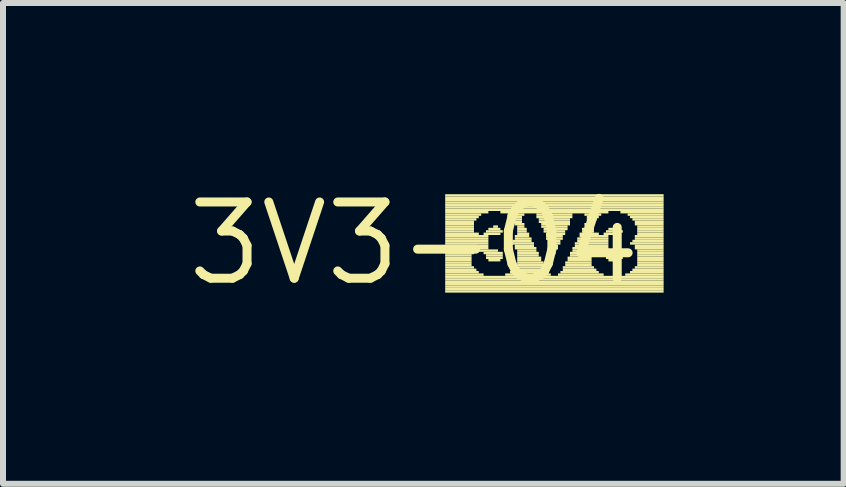
<source format=kicad_pcb>
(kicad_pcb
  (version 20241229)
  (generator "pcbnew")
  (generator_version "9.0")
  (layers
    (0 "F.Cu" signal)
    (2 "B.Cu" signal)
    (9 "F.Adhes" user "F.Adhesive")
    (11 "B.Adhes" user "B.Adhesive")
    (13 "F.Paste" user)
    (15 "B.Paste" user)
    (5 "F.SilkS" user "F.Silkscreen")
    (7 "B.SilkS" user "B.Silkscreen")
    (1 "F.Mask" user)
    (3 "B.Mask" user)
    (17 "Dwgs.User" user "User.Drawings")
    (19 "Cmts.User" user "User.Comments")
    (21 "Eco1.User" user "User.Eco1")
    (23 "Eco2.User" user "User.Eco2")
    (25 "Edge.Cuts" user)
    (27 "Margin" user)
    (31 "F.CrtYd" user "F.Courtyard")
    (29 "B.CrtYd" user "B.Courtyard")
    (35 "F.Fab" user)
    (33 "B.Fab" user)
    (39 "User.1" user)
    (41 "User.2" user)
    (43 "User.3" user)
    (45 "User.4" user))
  (footprint "3V3-04"
    (layer "F.Cu")
    (at 3.848 1.006)
    (property "Reference" "3V3-04" (at 0 0 0) (layer "F.SilkS") (effects (font (size 1.27 1.27) (thickness 0.15))))
    (fp_poly (pts (xy 0.52 -0.78) (xy 4.16 -0.78) (xy 4.16 -0.82) (xy 0.52 -0.82)) (stroke (width 0) (type default)) (fill yes) (layer "F.SilkS"))
    (fp_poly (pts (xy 0.52 -0.74) (xy 4.16 -0.74) (xy 4.16 -0.78) (xy 0.52 -0.78)) (stroke (width 0) (type default)) (fill yes) (layer "F.SilkS"))
    (fp_poly (pts (xy 0.52 -0.7) (xy 4.16 -0.7) (xy 4.16 -0.74) (xy 0.52 -0.74)) (stroke (width 0) (type default)) (fill yes) (layer "F.SilkS"))
    (fp_poly (pts (xy 0.52 -0.66) (xy 4.16 -0.66) (xy 4.16 -0.7) (xy 0.52 -0.7)) (stroke (width 0) (type default)) (fill yes) (layer "F.SilkS"))
    (fp_poly (pts (xy 0.52 -0.62) (xy 4.16 -0.62) (xy 4.16 -0.66) (xy 0.52 -0.66)) (stroke (width 0) (type default)) (fill yes) (layer "F.SilkS"))
    (fp_poly (pts (xy 0.52 -0.58) (xy 4.16 -0.58) (xy 4.16 -0.62) (xy 0.52 -0.62)) (stroke (width 0) (type default)) (fill yes) (layer "F.SilkS"))
    (fp_poly (pts (xy 0.52 -0.54) (xy 4.16 -0.54) (xy 4.16 -0.58) (xy 0.52 -0.58)) (stroke (width 0) (type default)) (fill yes) (layer "F.SilkS"))
    (fp_poly (pts (xy 0.52 -0.5) (xy 1.24 -0.5) (xy 1.24 -0.54) (xy 0.52 -0.54)) (stroke (width 0) (type default)) (fill yes) (layer "F.SilkS"))
    (fp_poly (pts (xy 0.52 -0.46) (xy 1.12 -0.46) (xy 1.12 -0.5) (xy 0.52 -0.5)) (stroke (width 0) (type default)) (fill yes) (layer "F.SilkS"))
    (fp_poly (pts (xy 0.52 -0.42) (xy 1.08 -0.42) (xy 1.08 -0.46) (xy 0.52 -0.46)) (stroke (width 0) (type default)) (fill yes) (layer "F.SilkS"))
    (fp_poly (pts (xy 0.52 -0.38) (xy 1.04 -0.38) (xy 1.04 -0.42) (xy 0.52 -0.42)) (stroke (width 0) (type default)) (fill yes) (layer "F.SilkS"))
    (fp_poly (pts (xy 0.52 -0.34) (xy 1 -0.34) (xy 1 -0.38) (xy 0.52 -0.38)) (stroke (width 0) (type default)) (fill yes) (layer "F.SilkS"))
    (fp_poly (pts (xy 0.52 -0.3) (xy 1 -0.3) (xy 1 -0.34) (xy 0.52 -0.34)) (stroke (width 0) (type default)) (fill yes) (layer "F.SilkS"))
    (fp_poly (pts (xy 0.52 -0.26) (xy 1 -0.26) (xy 1 -0.3) (xy 0.52 -0.3)) (stroke (width 0) (type default)) (fill yes) (layer "F.SilkS"))
    (fp_poly (pts (xy 0.52 -0.22) (xy 1 -0.22) (xy 1 -0.26) (xy 0.52 -0.26)) (stroke (width 0) (type default)) (fill yes) (layer "F.SilkS"))
    (fp_poly (pts (xy 0.52 -0.18) (xy 1 -0.18) (xy 1 -0.22) (xy 0.52 -0.22)) (stroke (width 0) (type default)) (fill yes) (layer "F.SilkS"))
    (fp_poly (pts (xy 0.52 -0.14) (xy 1.08 -0.14) (xy 1.08 -0.18) (xy 0.52 -0.18)) (stroke (width 0) (type default)) (fill yes) (layer "F.SilkS"))
    (fp_poly (pts (xy 0.52 -0.1) (xy 1.24 -0.1) (xy 1.24 -0.14) (xy 0.52 -0.14)) (stroke (width 0) (type default)) (fill yes) (layer "F.SilkS"))
    (fp_poly (pts (xy 0.52 -0.06) (xy 1.24 -0.06) (xy 1.24 -0.1) (xy 0.52 -0.1)) (stroke (width 0) (type default)) (fill yes) (layer "F.SilkS"))
    (fp_poly (pts (xy 0.52 -0.02) (xy 1.24 -0.02) (xy 1.24 -0.06) (xy 0.52 -0.06)) (stroke (width 0) (type default)) (fill yes) (layer "F.SilkS"))
    (fp_poly (pts (xy 0.52 0.02) (xy 1.24 0.02) (xy 1.24 -0.02) (xy 0.52 -0.02)) (stroke (width 0) (type default)) (fill yes) (layer "F.SilkS"))
    (fp_poly (pts (xy 0.52 0.06) (xy 1.24 0.06) (xy 1.24 0.02) (xy 0.52 0.02)) (stroke (width 0) (type default)) (fill yes) (layer "F.SilkS"))
    (fp_poly (pts (xy 0.52 0.1) (xy 1.24 0.1) (xy 1.24 0.06) (xy 0.52 0.06)) (stroke (width 0) (type default)) (fill yes) (layer "F.SilkS"))
    (fp_poly (pts (xy 0.52 0.14) (xy 1.4 0.14) (xy 1.4 0.1) (xy 0.52 0.1)) (stroke (width 0) (type default)) (fill yes) (layer "F.SilkS"))
    (fp_poly (pts (xy 0.52 0.18) (xy 1 0.18) (xy 1 0.14) (xy 0.52 0.14)) (stroke (width 0) (type default)) (fill yes) (layer "F.SilkS"))
    (fp_poly (pts (xy 0.52 0.22) (xy 0.96 0.22) (xy 0.96 0.18) (xy 0.52 0.18)) (stroke (width 0) (type default)) (fill yes) (layer "F.SilkS"))
    (fp_poly (pts (xy 0.52 0.26) (xy 0.96 0.26) (xy 0.96 0.22) (xy 0.52 0.22)) (stroke (width 0) (type default)) (fill yes) (layer "F.SilkS"))
    (fp_poly (pts (xy 0.52 0.3) (xy 0.96 0.3) (xy 0.96 0.26) (xy 0.52 0.26)) (stroke (width 0) (type default)) (fill yes) (layer "F.SilkS"))
    (fp_poly (pts (xy 0.52 0.34) (xy 0.96 0.34) (xy 0.96 0.3) (xy 0.52 0.3)) (stroke (width 0) (type default)) (fill yes) (layer "F.SilkS"))
    (fp_poly (pts (xy 0.52 0.38) (xy 0.96 0.38) (xy 0.96 0.34) (xy 0.52 0.34)) (stroke (width 0) (type default)) (fill yes) (layer "F.SilkS"))
    (fp_poly (pts (xy 0.52 0.42) (xy 1 0.42) (xy 1 0.38) (xy 0.52 0.38)) (stroke (width 0) (type default)) (fill yes) (layer "F.SilkS"))
    (fp_poly (pts (xy 0.52 0.46) (xy 1.04 0.46) (xy 1.04 0.42) (xy 0.52 0.42)) (stroke (width 0) (type default)) (fill yes) (layer "F.SilkS"))
    (fp_poly (pts (xy 0.52 0.5) (xy 1.08 0.5) (xy 1.08 0.46) (xy 0.52 0.46)) (stroke (width 0) (type default)) (fill yes) (layer "F.SilkS"))
    (fp_poly (pts (xy 0.52 0.54) (xy 1.16 0.54) (xy 1.16 0.5) (xy 0.52 0.5)) (stroke (width 0) (type default)) (fill yes) (layer "F.SilkS"))
    (fp_poly (pts (xy 0.52 0.58) (xy 4.16 0.58) (xy 4.16 0.54) (xy 0.52 0.54)) (stroke (width 0) (type default)) (fill yes) (layer "F.SilkS"))
    (fp_poly (pts (xy 0.52 0.62) (xy 4.16 0.62) (xy 4.16 0.58) (xy 0.52 0.58)) (stroke (width 0) (type default)) (fill yes) (layer "F.SilkS"))
    (fp_poly (pts (xy 0.52 0.66) (xy 4.16 0.66) (xy 4.16 0.62) (xy 0.52 0.62)) (stroke (width 0) (type default)) (fill yes) (layer "F.SilkS"))
    (fp_poly (pts (xy 0.52 0.7) (xy 4.16 0.7) (xy 4.16 0.66) (xy 0.52 0.66)) (stroke (width 0) (type default)) (fill yes) (layer "F.SilkS"))
    (fp_poly (pts (xy 0.52 0.74) (xy 4.16 0.74) (xy 4.16 0.7) (xy 0.52 0.7)) (stroke (width 0) (type default)) (fill yes) (layer "F.SilkS"))
    (fp_poly (pts (xy 0.52 0.78) (xy 4.16 0.78) (xy 4.16 0.74) (xy 0.52 0.74)) (stroke (width 0) (type default)) (fill yes) (layer "F.SilkS"))
    (fp_poly (pts (xy 0.52 0.82) (xy 4.16 0.82) (xy 4.16 0.78) (xy 0.52 0.78)) (stroke (width 0) (type default)) (fill yes) (layer "F.SilkS"))
    (fp_poly (pts (xy 1.16 -0.14) (xy 1.44 -0.14) (xy 1.44 -0.18) (xy 1.16 -0.18)) (stroke (width 0) (type default)) (fill yes) (layer "F.SilkS"))
    (fp_poly (pts (xy 1.16 0.18) (xy 1.48 0.18) (xy 1.48 0.14) (xy 1.16 0.14)) (stroke (width 0) (type default)) (fill yes) (layer "F.SilkS"))
    (fp_poly (pts (xy 1.2 -0.18) (xy 1.48 -0.18) (xy 1.48 -0.22) (xy 1.2 -0.22)) (stroke (width 0) (type default)) (fill yes) (layer "F.SilkS"))
    (fp_poly (pts (xy 1.2 0.22) (xy 1.48 0.22) (xy 1.48 0.18) (xy 1.2 0.18)) (stroke (width 0) (type default)) (fill yes) (layer "F.SilkS"))
    (fp_poly (pts (xy 1.2 0.26) (xy 1.48 0.26) (xy 1.48 0.22) (xy 1.2 0.22)) (stroke (width 0) (type default)) (fill yes) (layer "F.SilkS"))
    (fp_poly (pts (xy 1.24 -0.22) (xy 1.44 -0.22) (xy 1.44 -0.26) (xy 1.24 -0.26)) (stroke (width 0) (type default)) (fill yes) (layer "F.SilkS"))
    (fp_poly (pts (xy 1.24 0.3) (xy 1.44 0.3) (xy 1.44 0.26) (xy 1.24 0.26)) (stroke (width 0) (type default)) (fill yes) (layer "F.SilkS"))
    (fp_poly (pts (xy 1.32 -0.26) (xy 1.4 -0.26) (xy 1.4 -0.3) (xy 1.32 -0.3)) (stroke (width 0) (type default)) (fill yes) (layer "F.SilkS"))
    (fp_poly (pts (xy 1.44 -0.5) (xy 3.24 -0.5) (xy 3.24 -0.54) (xy 1.44 -0.54)) (stroke (width 0) (type default)) (fill yes) (layer "F.SilkS"))
    (fp_poly (pts (xy 1.52 0.54) (xy 2.28 0.54) (xy 2.28 0.5) (xy 1.52 0.5)) (stroke (width 0) (type default)) (fill yes) (layer "F.SilkS"))
    (fp_poly (pts (xy 1.56 -0.46) (xy 1.84 -0.46) (xy 1.84 -0.5) (xy 1.56 -0.5)) (stroke (width 0) (type default)) (fill yes) (layer "F.SilkS"))
    (fp_poly (pts (xy 1.6 -0.42) (xy 1.8 -0.42) (xy 1.8 -0.46) (xy 1.6 -0.46)) (stroke (width 0) (type default)) (fill yes) (layer "F.SilkS"))
    (fp_poly (pts (xy 1.6 0.02) (xy 2 0.02) (xy 2 -0.02) (xy 1.6 -0.02)) (stroke (width 0) (type default)) (fill yes) (layer "F.SilkS"))
    (fp_poly (pts (xy 1.6 0.5) (xy 2.24 0.5) (xy 2.24 0.46) (xy 1.6 0.46)) (stroke (width 0) (type default)) (fill yes) (layer "F.SilkS"))
    (fp_poly (pts (xy 1.64 -0.38) (xy 1.8 -0.38) (xy 1.8 -0.42) (xy 1.64 -0.42)) (stroke (width 0) (type default)) (fill yes) (layer "F.SilkS"))
    (fp_poly (pts (xy 1.64 -0.02) (xy 1.96 -0.02) (xy 1.96 -0.06) (xy 1.64 -0.06)) (stroke (width 0) (type default)) (fill yes) (layer "F.SilkS"))
    (fp_poly (pts (xy 1.64 0.46) (xy 2.2 0.46) (xy 2.2 0.42) (xy 1.64 0.42)) (stroke (width 0) (type default)) (fill yes) (layer "F.SilkS"))
    (fp_poly (pts (xy 1.68 -0.34) (xy 1.8 -0.34) (xy 1.8 -0.38) (xy 1.68 -0.38)) (stroke (width 0) (type default)) (fill yes) (layer "F.SilkS"))
    (fp_poly (pts (xy 1.68 -0.3) (xy 1.84 -0.3) (xy 1.84 -0.34) (xy 1.68 -0.34)) (stroke (width 0) (type default)) (fill yes) (layer "F.SilkS"))
    (fp_poly (pts (xy 1.68 -0.1) (xy 1.92 -0.1) (xy 1.92 -0.14) (xy 1.68 -0.14)) (stroke (width 0) (type default)) (fill yes) (layer "F.SilkS"))
    (fp_poly (pts (xy 1.68 -0.06) (xy 1.96 -0.06) (xy 1.96 -0.1) (xy 1.68 -0.1)) (stroke (width 0) (type default)) (fill yes) (layer "F.SilkS"))
    (fp_poly (pts (xy 1.68 0.06) (xy 2 0.06) (xy 2 0.02) (xy 1.68 0.02)) (stroke (width 0) (type default)) (fill yes) (layer "F.SilkS"))
    (fp_poly (pts (xy 1.68 0.1) (xy 2.04 0.1) (xy 2.04 0.06) (xy 1.68 0.06)) (stroke (width 0) (type default)) (fill yes) (layer "F.SilkS"))
    (fp_poly (pts (xy 1.68 0.42) (xy 2.2 0.42) (xy 2.2 0.38) (xy 1.68 0.38)) (stroke (width 0) (type default)) (fill yes) (layer "F.SilkS"))
    (fp_poly (pts (xy 1.72 -0.26) (xy 1.84 -0.26) (xy 1.84 -0.3) (xy 1.72 -0.3)) (stroke (width 0) (type default)) (fill yes) (layer "F.SilkS"))
    (fp_poly (pts (xy 1.72 -0.22) (xy 1.88 -0.22) (xy 1.88 -0.26) (xy 1.72 -0.26)) (stroke (width 0) (type default)) (fill yes) (layer "F.SilkS"))
    (fp_poly (pts (xy 1.72 -0.18) (xy 1.88 -0.18) (xy 1.88 -0.22) (xy 1.72 -0.22)) (stroke (width 0) (type default)) (fill yes) (layer "F.SilkS"))
    (fp_poly (pts (xy 1.72 -0.14) (xy 1.92 -0.14) (xy 1.92 -0.18) (xy 1.72 -0.18)) (stroke (width 0) (type default)) (fill yes) (layer "F.SilkS"))
    (fp_poly (pts (xy 1.72 0.14) (xy 2.04 0.14) (xy 2.04 0.1) (xy 1.72 0.1)) (stroke (width 0) (type default)) (fill yes) (layer "F.SilkS"))
    (fp_poly (pts (xy 1.72 0.18) (xy 2.08 0.18) (xy 2.08 0.14) (xy 1.72 0.14)) (stroke (width 0) (type default)) (fill yes) (layer "F.SilkS"))
    (fp_poly (pts (xy 1.72 0.22) (xy 2.08 0.22) (xy 2.08 0.18) (xy 1.72 0.18)) (stroke (width 0) (type default)) (fill yes) (layer "F.SilkS"))
    (fp_poly (pts (xy 1.72 0.26) (xy 2.12 0.26) (xy 2.12 0.22) (xy 1.72 0.22)) (stroke (width 0) (type default)) (fill yes) (layer "F.SilkS"))
    (fp_poly (pts (xy 1.72 0.3) (xy 2.12 0.3) (xy 2.12 0.26) (xy 1.72 0.26)) (stroke (width 0) (type default)) (fill yes) (layer "F.SilkS"))
    (fp_poly (pts (xy 1.72 0.34) (xy 2.16 0.34) (xy 2.16 0.3) (xy 1.72 0.3)) (stroke (width 0) (type default)) (fill yes) (layer "F.SilkS"))
    (fp_poly (pts (xy 1.72 0.38) (xy 2.16 0.38) (xy 2.16 0.34) (xy 1.72 0.34)) (stroke (width 0) (type default)) (fill yes) (layer "F.SilkS"))
    (fp_poly (pts (xy 2.04 -0.46) (xy 2.64 -0.46) (xy 2.64 -0.5) (xy 2.04 -0.5)) (stroke (width 0) (type default)) (fill yes) (layer "F.SilkS"))
    (fp_poly (pts (xy 2.04 -0.42) (xy 2.64 -0.42) (xy 2.64 -0.46) (xy 2.04 -0.46)) (stroke (width 0) (type default)) (fill yes) (layer "F.SilkS"))
    (fp_poly (pts (xy 2.08 -0.38) (xy 2.6 -0.38) (xy 2.6 -0.42) (xy 2.08 -0.42)) (stroke (width 0) (type default)) (fill yes) (layer "F.SilkS"))
    (fp_poly (pts (xy 2.08 -0.34) (xy 2.6 -0.34) (xy 2.6 -0.38) (xy 2.08 -0.38)) (stroke (width 0) (type default)) (fill yes) (layer "F.SilkS"))
    (fp_poly (pts (xy 2.12 -0.3) (xy 2.6 -0.3) (xy 2.6 -0.34) (xy 2.12 -0.34)) (stroke (width 0) (type default)) (fill yes) (layer "F.SilkS"))
    (fp_poly (pts (xy 2.12 -0.26) (xy 2.56 -0.26) (xy 2.56 -0.3) (xy 2.12 -0.3)) (stroke (width 0) (type default)) (fill yes) (layer "F.SilkS"))
    (fp_poly (pts (xy 2.16 -0.22) (xy 2.56 -0.22) (xy 2.56 -0.26) (xy 2.16 -0.26)) (stroke (width 0) (type default)) (fill yes) (layer "F.SilkS"))
    (fp_poly (pts (xy 2.16 -0.18) (xy 2.52 -0.18) (xy 2.52 -0.22) (xy 2.16 -0.22)) (stroke (width 0) (type default)) (fill yes) (layer "F.SilkS"))
    (fp_poly (pts (xy 2.2 -0.14) (xy 2.52 -0.14) (xy 2.52 -0.18) (xy 2.2 -0.18)) (stroke (width 0) (type default)) (fill yes) (layer "F.SilkS"))
    (fp_poly (pts (xy 2.2 -0.1) (xy 2.48 -0.1) (xy 2.48 -0.14) (xy 2.2 -0.14)) (stroke (width 0) (type default)) (fill yes) (layer "F.SilkS"))
    (fp_poly (pts (xy 2.2 -0.06) (xy 2.48 -0.06) (xy 2.48 -0.1) (xy 2.2 -0.1)) (stroke (width 0) (type default)) (fill yes) (layer "F.SilkS"))
    (fp_poly (pts (xy 2.24 -0.02) (xy 2.44 -0.02) (xy 2.44 -0.06) (xy 2.24 -0.06)) (stroke (width 0) (type default)) (fill yes) (layer "F.SilkS"))
    (fp_poly (pts (xy 2.24 0.02) (xy 2.44 0.02) (xy 2.44 -0.02) (xy 2.24 -0.02)) (stroke (width 0) (type default)) (fill yes) (layer "F.SilkS"))
    (fp_poly (pts (xy 2.28 0.06) (xy 2.4 0.06) (xy 2.4 0.02) (xy 2.28 0.02)) (stroke (width 0) (type default)) (fill yes) (layer "F.SilkS"))
    (fp_poly (pts (xy 2.28 0.1) (xy 2.4 0.1) (xy 2.4 0.06) (xy 2.28 0.06)) (stroke (width 0) (type default)) (fill yes) (layer "F.SilkS"))
    (fp_poly (pts (xy 2.32 0.14) (xy 2.36 0.14) (xy 2.36 0.1) (xy 2.32 0.1)) (stroke (width 0) (type default)) (fill yes) (layer "F.SilkS"))
    (fp_poly (pts (xy 2.32 0.18) (xy 2.36 0.18) (xy 2.36 0.14) (xy 2.32 0.14)) (stroke (width 0) (type default)) (fill yes) (layer "F.SilkS"))
    (fp_poly (pts (xy 2.4 0.54) (xy 3.16 0.54) (xy 3.16 0.5) (xy 2.4 0.5)) (stroke (width 0) (type default)) (fill yes) (layer "F.SilkS"))
    (fp_poly (pts (xy 2.44 0.5) (xy 3.08 0.5) (xy 3.08 0.46) (xy 2.44 0.46)) (stroke (width 0) (type default)) (fill yes) (layer "F.SilkS"))
    (fp_poly (pts (xy 2.48 0.42) (xy 3 0.42) (xy 3 0.38) (xy 2.48 0.38)) (stroke (width 0) (type default)) (fill yes) (layer "F.SilkS"))
    (fp_poly (pts (xy 2.48 0.46) (xy 3.04 0.46) (xy 3.04 0.42) (xy 2.48 0.42)) (stroke (width 0) (type default)) (fill yes) (layer "F.SilkS"))
    (fp_poly (pts (xy 2.52 0.34) (xy 2.96 0.34) (xy 2.96 0.3) (xy 2.52 0.3)) (stroke (width 0) (type default)) (fill yes) (layer "F.SilkS"))
    (fp_poly (pts (xy 2.52 0.38) (xy 2.96 0.38) (xy 2.96 0.34) (xy 2.52 0.34)) (stroke (width 0) (type default)) (fill yes) (layer "F.SilkS"))
    (fp_poly (pts (xy 2.56 0.26) (xy 2.96 0.26) (xy 2.96 0.22) (xy 2.56 0.22)) (stroke (width 0) (type default)) (fill yes) (layer "F.SilkS"))
    (fp_poly (pts (xy 2.56 0.3) (xy 2.96 0.3) (xy 2.96 0.26) (xy 2.56 0.26)) (stroke (width 0) (type default)) (fill yes) (layer "F.SilkS"))
    (fp_poly (pts (xy 2.6 0.18) (xy 3 0.18) (xy 3 0.14) (xy 2.6 0.14)) (stroke (width 0) (type default)) (fill yes) (layer "F.SilkS"))
    (fp_poly (pts (xy 2.6 0.22) (xy 2.96 0.22) (xy 2.96 0.18) (xy 2.6 0.18)) (stroke (width 0) (type default)) (fill yes) (layer "F.SilkS"))
    (fp_poly (pts (xy 2.64 0.1) (xy 3.24 0.1) (xy 3.24 0.06) (xy 2.64 0.06)) (stroke (width 0) (type default)) (fill yes) (layer "F.SilkS"))
    (fp_poly (pts (xy 2.64 0.14) (xy 3.4 0.14) (xy 3.4 0.1) (xy 2.64 0.1)) (stroke (width 0) (type default)) (fill yes) (layer "F.SilkS"))
    (fp_poly (pts (xy 2.68 0.02) (xy 3.24 0.02) (xy 3.24 -0.02) (xy 2.68 -0.02)) (stroke (width 0) (type default)) (fill yes) (layer "F.SilkS"))
    (fp_poly (pts (xy 2.68 0.06) (xy 3.24 0.06) (xy 3.24 0.02) (xy 2.68 0.02)) (stroke (width 0) (type default)) (fill yes) (layer "F.SilkS"))
    (fp_poly (pts (xy 2.72 -0.06) (xy 3.24 -0.06) (xy 3.24 -0.1) (xy 2.72 -0.1)) (stroke (width 0) (type default)) (fill yes) (layer "F.SilkS"))
    (fp_poly (pts (xy 2.72 -0.02) (xy 3.24 -0.02) (xy 3.24 -0.06) (xy 2.72 -0.06)) (stroke (width 0) (type default)) (fill yes) (layer "F.SilkS"))
    (fp_poly (pts (xy 2.76 -0.14) (xy 3.08 -0.14) (xy 3.08 -0.18) (xy 2.76 -0.18)) (stroke (width 0) (type default)) (fill yes) (layer "F.SilkS"))
    (fp_poly (pts (xy 2.76 -0.1) (xy 3.24 -0.1) (xy 3.24 -0.14) (xy 2.76 -0.14)) (stroke (width 0) (type default)) (fill yes) (layer "F.SilkS"))
    (fp_poly (pts (xy 2.8 -0.22) (xy 3 -0.22) (xy 3 -0.26) (xy 2.8 -0.26)) (stroke (width 0) (type default)) (fill yes) (layer "F.SilkS"))
    (fp_poly (pts (xy 2.8 -0.18) (xy 3 -0.18) (xy 3 -0.22) (xy 2.8 -0.22)) (stroke (width 0) (type default)) (fill yes) (layer "F.SilkS"))
    (fp_poly (pts (xy 2.84 -0.46) (xy 3.12 -0.46) (xy 3.12 -0.5) (xy 2.84 -0.5)) (stroke (width 0) (type default)) (fill yes) (layer "F.SilkS"))
    (fp_poly (pts (xy 2.84 -0.3) (xy 3 -0.3) (xy 3 -0.34) (xy 2.84 -0.34)) (stroke (width 0) (type default)) (fill yes) (layer "F.SilkS"))
    (fp_poly (pts (xy 2.84 -0.26) (xy 3 -0.26) (xy 3 -0.3) (xy 2.84 -0.3)) (stroke (width 0) (type default)) (fill yes) (layer "F.SilkS"))
    (fp_poly (pts (xy 2.88 -0.42) (xy 3.08 -0.42) (xy 3.08 -0.46) (xy 2.88 -0.46)) (stroke (width 0) (type default)) (fill yes) (layer "F.SilkS"))
    (fp_poly (pts (xy 2.88 -0.38) (xy 3.04 -0.38) (xy 3.04 -0.42) (xy 2.88 -0.42)) (stroke (width 0) (type default)) (fill yes) (layer "F.SilkS"))
    (fp_poly (pts (xy 2.88 -0.34) (xy 3 -0.34) (xy 3 -0.38) (xy 2.88 -0.38)) (stroke (width 0) (type default)) (fill yes) (layer "F.SilkS"))
    (fp_poly (pts (xy 3.16 -0.14) (xy 3.44 -0.14) (xy 3.44 -0.18) (xy 3.16 -0.18)) (stroke (width 0) (type default)) (fill yes) (layer "F.SilkS"))
    (fp_poly (pts (xy 3.16 0.18) (xy 3.48 0.18) (xy 3.48 0.14) (xy 3.16 0.14)) (stroke (width 0) (type default)) (fill yes) (layer "F.SilkS"))
    (fp_poly (pts (xy 3.2 -0.18) (xy 3.48 -0.18) (xy 3.48 -0.22) (xy 3.2 -0.22)) (stroke (width 0) (type default)) (fill yes) (layer "F.SilkS"))
    (fp_poly (pts (xy 3.2 0.22) (xy 3.48 0.22) (xy 3.48 0.18) (xy 3.2 0.18)) (stroke (width 0) (type default)) (fill yes) (layer "F.SilkS"))
    (fp_poly (pts (xy 3.2 0.26) (xy 3.48 0.26) (xy 3.48 0.22) (xy 3.2 0.22)) (stroke (width 0) (type default)) (fill yes) (layer "F.SilkS"))
    (fp_poly (pts (xy 3.24 -0.22) (xy 3.44 -0.22) (xy 3.44 -0.26) (xy 3.24 -0.26)) (stroke (width 0) (type default)) (fill yes) (layer "F.SilkS"))
    (fp_poly (pts (xy 3.24 0.3) (xy 3.44 0.3) (xy 3.44 0.26) (xy 3.24 0.26)) (stroke (width 0) (type default)) (fill yes) (layer "F.SilkS"))
    (fp_poly (pts (xy 3.32 -0.26) (xy 3.4 -0.26) (xy 3.4 -0.3) (xy 3.32 -0.3)) (stroke (width 0) (type default)) (fill yes) (layer "F.SilkS"))
    (fp_poly (pts (xy 3.44 -0.5) (xy 4.16 -0.5) (xy 4.16 -0.54) (xy 3.44 -0.54)) (stroke (width 0) (type default)) (fill yes) (layer "F.SilkS"))
    (fp_poly (pts (xy 3.52 0.54) (xy 4.16 0.54) (xy 4.16 0.5) (xy 3.52 0.5)) (stroke (width 0) (type default)) (fill yes) (layer "F.SilkS"))
    (fp_poly (pts (xy 3.56 -0.46) (xy 4.16 -0.46) (xy 4.16 -0.5) (xy 3.56 -0.5)) (stroke (width 0) (type default)) (fill yes) (layer "F.SilkS"))
    (fp_poly (pts (xy 3.6 -0.42) (xy 4.16 -0.42) (xy 4.16 -0.46) (xy 3.6 -0.46)) (stroke (width 0) (type default)) (fill yes) (layer "F.SilkS"))
    (fp_poly (pts (xy 3.6 0.02) (xy 4.16 0.02) (xy 4.16 -0.02) (xy 3.6 -0.02)) (stroke (width 0) (type default)) (fill yes) (layer "F.SilkS"))
    (fp_poly (pts (xy 3.6 0.5) (xy 4.16 0.5) (xy 4.16 0.46) (xy 3.6 0.46)) (stroke (width 0) (type default)) (fill yes) (layer "F.SilkS"))
    (fp_poly (pts (xy 3.64 -0.38) (xy 4.16 -0.38) (xy 4.16 -0.42) (xy 3.64 -0.42)) (stroke (width 0) (type default)) (fill yes) (layer "F.SilkS"))
    (fp_poly (pts (xy 3.64 -0.02) (xy 4.16 -0.02) (xy 4.16 -0.06) (xy 3.64 -0.06)) (stroke (width 0) (type default)) (fill yes) (layer "F.SilkS"))
    (fp_poly (pts (xy 3.64 0.46) (xy 4.16 0.46) (xy 4.16 0.42) (xy 3.64 0.42)) (stroke (width 0) (type default)) (fill yes) (layer "F.SilkS"))
    (fp_poly (pts (xy 3.68 -0.34) (xy 4.16 -0.34) (xy 4.16 -0.38) (xy 3.68 -0.38)) (stroke (width 0) (type default)) (fill yes) (layer "F.SilkS"))
    (fp_poly (pts (xy 3.68 -0.3) (xy 4.16 -0.3) (xy 4.16 -0.34) (xy 3.68 -0.34)) (stroke (width 0) (type default)) (fill yes) (layer "F.SilkS"))
    (fp_poly (pts (xy 3.68 -0.1) (xy 4.16 -0.1) (xy 4.16 -0.14) (xy 3.68 -0.14)) (stroke (width 0) (type default)) (fill yes) (layer "F.SilkS"))
    (fp_poly (pts (xy 3.68 -0.06) (xy 4.16 -0.06) (xy 4.16 -0.1) (xy 3.68 -0.1)) (stroke (width 0) (type default)) (fill yes) (layer "F.SilkS"))
    (fp_poly (pts (xy 3.68 0.06) (xy 4.16 0.06) (xy 4.16 0.02) (xy 3.68 0.02)) (stroke (width 0) (type default)) (fill yes) (layer "F.SilkS"))
    (fp_poly (pts (xy 3.68 0.1) (xy 4.16 0.1) (xy 4.16 0.06) (xy 3.68 0.06)) (stroke (width 0) (type default)) (fill yes) (layer "F.SilkS"))
    (fp_poly (pts (xy 3.68 0.42) (xy 4.16 0.42) (xy 4.16 0.38) (xy 3.68 0.38)) (stroke (width 0) (type default)) (fill yes) (layer "F.SilkS"))
    (fp_poly (pts (xy 3.72 -0.26) (xy 4.16 -0.26) (xy 4.16 -0.3) (xy 3.72 -0.3)) (stroke (width 0) (type default)) (fill yes) (layer "F.SilkS"))
    (fp_poly (pts (xy 3.72 -0.22) (xy 4.16 -0.22) (xy 4.16 -0.26) (xy 3.72 -0.26)) (stroke (width 0) (type default)) (fill yes) (layer "F.SilkS"))
    (fp_poly (pts (xy 3.72 -0.18) (xy 4.16 -0.18) (xy 4.16 -0.22) (xy 3.72 -0.22)) (stroke (width 0) (type default)) (fill yes) (layer "F.SilkS"))
    (fp_poly (pts (xy 3.72 -0.14) (xy 4.16 -0.14) (xy 4.16 -0.18) (xy 3.72 -0.18)) (stroke (width 0) (type default)) (fill yes) (layer "F.SilkS"))
    (fp_poly (pts (xy 3.72 0.14) (xy 4.16 0.14) (xy 4.16 0.1) (xy 3.72 0.1)) (stroke (width 0) (type default)) (fill yes) (layer "F.SilkS"))
    (fp_poly (pts (xy 3.72 0.18) (xy 4.16 0.18) (xy 4.16 0.14) (xy 3.72 0.14)) (stroke (width 0) (type default)) (fill yes) (layer "F.SilkS"))
    (fp_poly (pts (xy 3.72 0.22) (xy 4.16 0.22) (xy 4.16 0.18) (xy 3.72 0.18)) (stroke (width 0) (type default)) (fill yes) (layer "F.SilkS"))
    (fp_poly (pts (xy 3.72 0.26) (xy 4.16 0.26) (xy 4.16 0.22) (xy 3.72 0.22)) (stroke (width 0) (type default)) (fill yes) (layer "F.SilkS"))
    (fp_poly (pts (xy 3.72 0.3) (xy 4.16 0.3) (xy 4.16 0.26) (xy 3.72 0.26)) (stroke (width 0) (type default)) (fill yes) (layer "F.SilkS"))
    (fp_poly (pts (xy 3.72 0.34) (xy 4.16 0.34) (xy 4.16 0.3) (xy 3.72 0.3)) (stroke (width 0) (type default)) (fill yes) (layer "F.SilkS"))
    (fp_poly (pts (xy 3.72 0.38) (xy 4.16 0.38) (xy 4.16 0.34) (xy 3.72 0.34)) (stroke (width 0) (type default)) (fill yes) (layer "F.SilkS")))
  (gr_rect
    (start -3 -3)
    (end 11.008 5.012)
    (stroke (width 0.1) (type default))
    (fill no)
    (layer "Edge.Cuts")))
</source>
